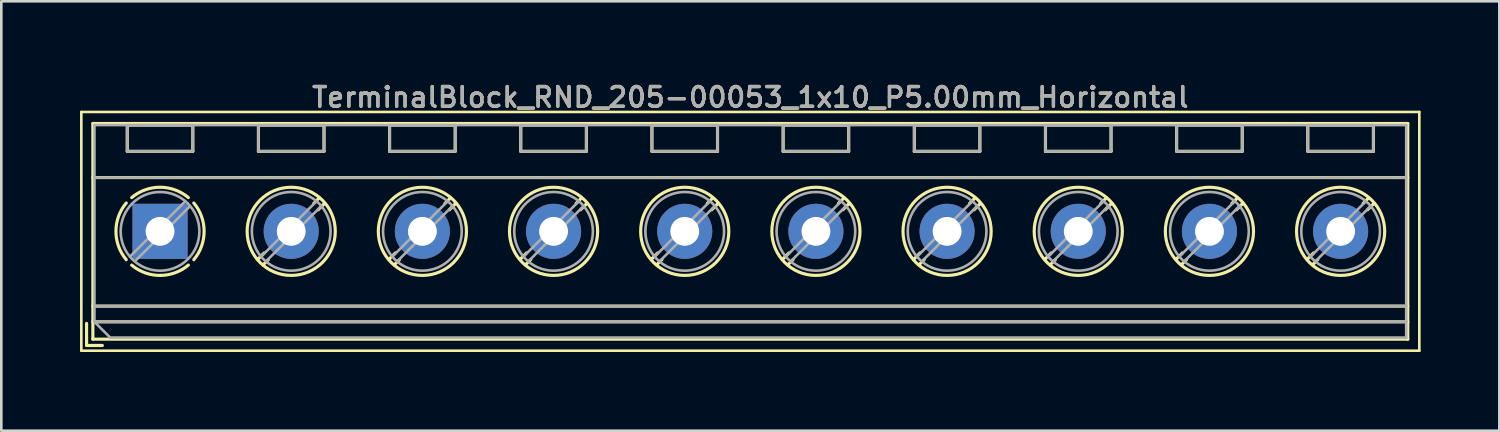
<source format=kicad_pcb>
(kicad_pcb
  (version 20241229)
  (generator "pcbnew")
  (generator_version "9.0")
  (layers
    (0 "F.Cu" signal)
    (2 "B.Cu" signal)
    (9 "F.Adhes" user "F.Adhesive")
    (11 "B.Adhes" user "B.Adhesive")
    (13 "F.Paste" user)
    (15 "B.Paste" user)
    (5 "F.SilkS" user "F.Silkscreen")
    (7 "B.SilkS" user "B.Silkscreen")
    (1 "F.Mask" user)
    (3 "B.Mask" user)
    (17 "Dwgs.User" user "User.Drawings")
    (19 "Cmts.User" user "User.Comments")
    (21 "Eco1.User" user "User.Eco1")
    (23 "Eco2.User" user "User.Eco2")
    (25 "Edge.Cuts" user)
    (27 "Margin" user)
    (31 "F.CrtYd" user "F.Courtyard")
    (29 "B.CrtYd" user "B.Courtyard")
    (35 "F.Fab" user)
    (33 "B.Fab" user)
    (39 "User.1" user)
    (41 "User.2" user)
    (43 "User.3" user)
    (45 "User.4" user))
  (footprint "TerminalBlock_RND_205-00053_1x10_P5.00mm_Horizontal"
    (layer "F.Cu")
    (at 3.05 5.768)
    (property "Reference" "TerminalBlock_RND_205-00053_1x10_P5.00mm_Horizontal" (at 22.5 -5.11 0) (layer "F.SilkS") (effects (font (size 0.75 0.75) (thickness 0.125))))
    (attr through_hole)
    (fp_line (start -3 -4.55) (end -3 4.55) (stroke (width 0.1) (type solid)) (layer "F.SilkS"))
    (fp_line (start -3 4.55) (end 48 4.55) (stroke (width 0.1) (type solid)) (layer "F.SilkS"))
    (fp_line (start -2.8 3.51) (end -2.8 4.35) (stroke (width 0.12) (type solid)) (layer "F.SilkS"))
    (fp_line (start -2.8 4.35) (end -2.2 4.35) (stroke (width 0.12) (type solid)) (layer "F.SilkS"))
    (fp_line (start -2.56 -4.11) (end -2.56 4.11) (stroke (width 0.12) (type solid)) (layer "F.SilkS"))
    (fp_line (start -2.56 -4.11) (end 47.56 -4.11) (stroke (width 0.12) (type solid)) (layer "F.SilkS"))
    (fp_line (start -2.56 -2.05) (end 47.56 -2.05) (stroke (width 0.12) (type solid)) (layer "F.SilkS"))
    (fp_line (start -2.56 2.85) (end 47.56 2.85) (stroke (width 0.12) (type solid)) (layer "F.SilkS"))
    (fp_line (start -2.56 3.45) (end 47.56 3.45) (stroke (width 0.12) (type solid)) (layer "F.SilkS"))
    (fp_line (start -2.56 4.11) (end 47.56 4.11) (stroke (width 0.12) (type solid)) (layer "F.SilkS"))
    (fp_line (start -1.25 -4.05) (end -1.25 -3.05) (stroke (width 0.12) (type solid)) (layer "F.SilkS"))
    (fp_line (start -1.25 -4.05) (end 1.25 -4.05) (stroke (width 0.12) (type solid)) (layer "F.SilkS"))
    (fp_line (start -1.25 -3.05) (end 1.25 -3.05) (stroke (width 0.12) (type solid)) (layer "F.SilkS"))
    (fp_line (start 1.25 -4.05) (end 1.25 -3.05) (stroke (width 0.12) (type solid)) (layer "F.SilkS"))
    (fp_line (start 3.75 -4.05) (end 3.75 -3.05) (stroke (width 0.12) (type solid)) (layer "F.SilkS"))
    (fp_line (start 3.75 -4.05) (end 6.25 -4.05) (stroke (width 0.12) (type solid)) (layer "F.SilkS"))
    (fp_line (start 3.75 -3.05) (end 6.25 -3.05) (stroke (width 0.12) (type solid)) (layer "F.SilkS"))
    (fp_line (start 3.972 0.823) (end 3.726 1.069) (stroke (width 0.12) (type solid)) (layer "F.SilkS"))
    (fp_line (start 4.13 1.075) (end 3.931 1.274) (stroke (width 0.12) (type solid)) (layer "F.SilkS"))
    (fp_line (start 6.07 -1.275) (end 5.859 -1.064) (stroke (width 0.12) (type solid)) (layer "F.SilkS"))
    (fp_line (start 6.25 -4.05) (end 6.25 -3.05) (stroke (width 0.12) (type solid)) (layer "F.SilkS"))
    (fp_line (start 6.275 -1.069) (end 6.029 -0.823) (stroke (width 0.12) (type solid)) (layer "F.SilkS"))
    (fp_line (start 8.75 -4.05) (end 8.75 -3.05) (stroke (width 0.12) (type solid)) (layer "F.SilkS"))
    (fp_line (start 8.75 -4.05) (end 11.25 -4.05) (stroke (width 0.12) (type solid)) (layer "F.SilkS"))
    (fp_line (start 8.75 -3.05) (end 11.25 -3.05) (stroke (width 0.12) (type solid)) (layer "F.SilkS"))
    (fp_line (start 8.972 0.823) (end 8.726 1.069) (stroke (width 0.12) (type solid)) (layer "F.SilkS"))
    (fp_line (start 9.13 1.075) (end 8.931 1.274) (stroke (width 0.12) (type solid)) (layer "F.SilkS"))
    (fp_line (start 11.07 -1.275) (end 10.859 -1.064) (stroke (width 0.12) (type solid)) (layer "F.SilkS"))
    (fp_line (start 11.25 -4.05) (end 11.25 -3.05) (stroke (width 0.12) (type solid)) (layer "F.SilkS"))
    (fp_line (start 11.275 -1.069) (end 11.029 -0.823) (stroke (width 0.12) (type solid)) (layer "F.SilkS"))
    (fp_line (start 13.75 -4.05) (end 13.75 -3.05) (stroke (width 0.12) (type solid)) (layer "F.SilkS"))
    (fp_line (start 13.75 -4.05) (end 16.25 -4.05) (stroke (width 0.12) (type solid)) (layer "F.SilkS"))
    (fp_line (start 13.75 -3.05) (end 16.25 -3.05) (stroke (width 0.12) (type solid)) (layer "F.SilkS"))
    (fp_line (start 13.972 0.823) (end 13.726 1.069) (stroke (width 0.12) (type solid)) (layer "F.SilkS"))
    (fp_line (start 14.13 1.075) (end 13.931 1.274) (stroke (width 0.12) (type solid)) (layer "F.SilkS"))
    (fp_line (start 16.07 -1.275) (end 15.859 -1.064) (stroke (width 0.12) (type solid)) (layer "F.SilkS"))
    (fp_line (start 16.25 -4.05) (end 16.25 -3.05) (stroke (width 0.12) (type solid)) (layer "F.SilkS"))
    (fp_line (start 16.275 -1.069) (end 16.029 -0.823) (stroke (width 0.12) (type solid)) (layer "F.SilkS"))
    (fp_line (start 18.75 -4.05) (end 18.75 -3.05) (stroke (width 0.12) (type solid)) (layer "F.SilkS"))
    (fp_line (start 18.75 -4.05) (end 21.25 -4.05) (stroke (width 0.12) (type solid)) (layer "F.SilkS"))
    (fp_line (start 18.75 -3.05) (end 21.25 -3.05) (stroke (width 0.12) (type solid)) (layer "F.SilkS"))
    (fp_line (start 18.972 0.823) (end 18.726 1.069) (stroke (width 0.12) (type solid)) (layer "F.SilkS"))
    (fp_line (start 19.13 1.075) (end 18.931 1.274) (stroke (width 0.12) (type solid)) (layer "F.SilkS"))
    (fp_line (start 21.07 -1.275) (end 20.859 -1.064) (stroke (width 0.12) (type solid)) (layer "F.SilkS"))
    (fp_line (start 21.25 -4.05) (end 21.25 -3.05) (stroke (width 0.12) (type solid)) (layer "F.SilkS"))
    (fp_line (start 21.275 -1.069) (end 21.029 -0.823) (stroke (width 0.12) (type solid)) (layer "F.SilkS"))
    (fp_line (start 23.75 -4.05) (end 23.75 -3.05) (stroke (width 0.12) (type solid)) (layer "F.SilkS"))
    (fp_line (start 23.75 -4.05) (end 26.25 -4.05) (stroke (width 0.12) (type solid)) (layer "F.SilkS"))
    (fp_line (start 23.75 -3.05) (end 26.25 -3.05) (stroke (width 0.12) (type solid)) (layer "F.SilkS"))
    (fp_line (start 23.972 0.823) (end 23.726 1.069) (stroke (width 0.12) (type solid)) (layer "F.SilkS"))
    (fp_line (start 24.13 1.075) (end 23.931 1.274) (stroke (width 0.12) (type solid)) (layer "F.SilkS"))
    (fp_line (start 26.07 -1.275) (end 25.859 -1.064) (stroke (width 0.12) (type solid)) (layer "F.SilkS"))
    (fp_line (start 26.25 -4.05) (end 26.25 -3.05) (stroke (width 0.12) (type solid)) (layer "F.SilkS"))
    (fp_line (start 26.275 -1.069) (end 26.029 -0.823) (stroke (width 0.12) (type solid)) (layer "F.SilkS"))
    (fp_line (start 28.75 -4.05) (end 28.75 -3.05) (stroke (width 0.12) (type solid)) (layer "F.SilkS"))
    (fp_line (start 28.75 -4.05) (end 31.25 -4.05) (stroke (width 0.12) (type solid)) (layer "F.SilkS"))
    (fp_line (start 28.75 -3.05) (end 31.25 -3.05) (stroke (width 0.12) (type solid)) (layer "F.SilkS"))
    (fp_line (start 28.972 0.823) (end 28.726 1.069) (stroke (width 0.12) (type solid)) (layer "F.SilkS"))
    (fp_line (start 29.13 1.075) (end 28.931 1.274) (stroke (width 0.12) (type solid)) (layer "F.SilkS"))
    (fp_line (start 31.07 -1.275) (end 30.859 -1.064) (stroke (width 0.12) (type solid)) (layer "F.SilkS"))
    (fp_line (start 31.25 -4.05) (end 31.25 -3.05) (stroke (width 0.12) (type solid)) (layer "F.SilkS"))
    (fp_line (start 31.275 -1.069) (end 31.029 -0.823) (stroke (width 0.12) (type solid)) (layer "F.SilkS"))
    (fp_line (start 33.75 -4.05) (end 33.75 -3.05) (stroke (width 0.12) (type solid)) (layer "F.SilkS"))
    (fp_line (start 33.75 -4.05) (end 36.25 -4.05) (stroke (width 0.12) (type solid)) (layer "F.SilkS"))
    (fp_line (start 33.75 -3.05) (end 36.25 -3.05) (stroke (width 0.12) (type solid)) (layer "F.SilkS"))
    (fp_line (start 33.972 0.823) (end 33.726 1.069) (stroke (width 0.12) (type solid)) (layer "F.SilkS"))
    (fp_line (start 34.13 1.075) (end 33.931 1.274) (stroke (width 0.12) (type solid)) (layer "F.SilkS"))
    (fp_line (start 36.07 -1.275) (end 35.859 -1.064) (stroke (width 0.12) (type solid)) (layer "F.SilkS"))
    (fp_line (start 36.25 -4.05) (end 36.25 -3.05) (stroke (width 0.12) (type solid)) (layer "F.SilkS"))
    (fp_line (start 36.275 -1.069) (end 36.029 -0.823) (stroke (width 0.12) (type solid)) (layer "F.SilkS"))
    (fp_line (start 38.75 -4.05) (end 38.75 -3.05) (stroke (width 0.12) (type solid)) (layer "F.SilkS"))
    (fp_line (start 38.75 -4.05) (end 41.25 -4.05) (stroke (width 0.12) (type solid)) (layer "F.SilkS"))
    (fp_line (start 38.75 -3.05) (end 41.25 -3.05) (stroke (width 0.12) (type solid)) (layer "F.SilkS"))
    (fp_line (start 38.972 0.823) (end 38.726 1.069) (stroke (width 0.12) (type solid)) (layer "F.SilkS"))
    (fp_line (start 39.13 1.075) (end 38.931 1.274) (stroke (width 0.12) (type solid)) (layer "F.SilkS"))
    (fp_line (start 41.07 -1.275) (end 40.859 -1.064) (stroke (width 0.12) (type solid)) (layer "F.SilkS"))
    (fp_line (start 41.25 -4.05) (end 41.25 -3.05) (stroke (width 0.12) (type solid)) (layer "F.SilkS"))
    (fp_line (start 41.275 -1.069) (end 41.029 -0.823) (stroke (width 0.12) (type solid)) (layer "F.SilkS"))
    (fp_line (start 43.75 -4.05) (end 43.75 -3.05) (stroke (width 0.12) (type solid)) (layer "F.SilkS"))
    (fp_line (start 43.75 -4.05) (end 46.25 -4.05) (stroke (width 0.12) (type solid)) (layer "F.SilkS"))
    (fp_line (start 43.75 -3.05) (end 46.25 -3.05) (stroke (width 0.12) (type solid)) (layer "F.SilkS"))
    (fp_line (start 43.972 0.823) (end 43.726 1.069) (stroke (width 0.12) (type solid)) (layer "F.SilkS"))
    (fp_line (start 44.13 1.075) (end 43.931 1.274) (stroke (width 0.12) (type solid)) (layer "F.SilkS"))
    (fp_line (start 46.07 -1.275) (end 45.859 -1.064) (stroke (width 0.12) (type solid)) (layer "F.SilkS"))
    (fp_line (start 46.25 -4.05) (end 46.25 -3.05) (stroke (width 0.12) (type solid)) (layer "F.SilkS"))
    (fp_line (start 46.275 -1.069) (end 46.029 -0.823) (stroke (width 0.12) (type solid)) (layer "F.SilkS"))
    (fp_line (start 47.56 -4.11) (end 47.56 4.11) (stroke (width 0.12) (type solid)) (layer "F.SilkS"))
    (fp_line (start 48 -4.55) (end -3 -4.55) (stroke (width 0.1) (type solid)) (layer "F.SilkS"))
    (fp_line (start 48 4.55) (end 48 -4.55) (stroke (width 0.1) (type solid)) (layer "F.SilkS"))
    (fp_arc (start -1.288062 1.079734) (mid -1.680752 -0.000826) (end -1.287 -1.081) (stroke (width 0.12) (type solid)) (layer "F.SilkS"))
    (fp_arc (start -1.079908 -1.287078) (mid 0.00006 -1.68011) (end 1.08 -1.287) (stroke (width 0.12) (type solid)) (layer "F.SilkS"))
    (fp_arc (start 0.028507 1.680511) (mid -0.561826 1.584071) (end -1.081 1.287) (stroke (width 0.12) (type solid)) (layer "F.SilkS"))
    (fp_arc (start 1.079883 1.286955) (mid 0.574594 1.578684) (end 0 1.68) (stroke (width 0.12) (type solid)) (layer "F.SilkS"))
    (fp_arc (start 1.287078 -1.079908) (mid 1.68011 0.00006) (end 1.287 1.08) (stroke (width 0.12) (type solid)) (layer "F.SilkS"))
    (fp_circle (center 5 0) (end 6.68 0) (stroke (width 0.12) (type solid)) (fill no) (layer "F.SilkS"))
    (fp_circle (center 10 0) (end 11.68 0) (stroke (width 0.12) (type solid)) (fill no) (layer "F.SilkS"))
    (fp_circle (center 15 0) (end 16.68 0) (stroke (width 0.12) (type solid)) (fill no) (layer "F.SilkS"))
    (fp_circle (center 20 0) (end 21.68 0) (stroke (width 0.12) (type solid)) (fill no) (layer "F.SilkS"))
    (fp_circle (center 25 0) (end 26.68 0) (stroke (width 0.12) (type solid)) (fill no) (layer "F.SilkS"))
    (fp_circle (center 30 0) (end 31.68 0) (stroke (width 0.12) (type solid)) (fill no) (layer "F.SilkS"))
    (fp_circle (center 35 0) (end 36.68 0) (stroke (width 0.12) (type solid)) (fill no) (layer "F.SilkS"))
    (fp_circle (center 40 0) (end 41.68 0) (stroke (width 0.12) (type solid)) (fill no) (layer "F.SilkS"))
    (fp_circle (center 45 0) (end 46.68 0) (stroke (width 0.12) (type solid)) (fill no) (layer "F.SilkS"))
    (fp_line (start -2.5 -4.05) (end 47.5 -4.05) (stroke (width 0.1) (type solid)) (layer "F.Fab"))
    (fp_line (start -2.5 -2.05) (end 47.5 -2.05) (stroke (width 0.1) (type solid)) (layer "F.Fab"))
    (fp_line (start -2.5 2.85) (end 47.5 2.85) (stroke (width 0.1) (type solid)) (layer "F.Fab"))
    (fp_line (start -2.5 3.45) (end -2.5 -4.05) (stroke (width 0.1) (type solid)) (layer "F.Fab"))
    (fp_line (start -2.5 3.45) (end 47.5 3.45) (stroke (width 0.1) (type solid)) (layer "F.Fab"))
    (fp_line (start -1.9 4.05) (end -2.5 3.45) (stroke (width 0.1) (type solid)) (layer "F.Fab"))
    (fp_line (start -1.25 -4.05) (end -1.25 -3.05) (stroke (width 0.1) (type solid)) (layer "F.Fab"))
    (fp_line (start -1.25 -3.05) (end 1.25 -3.05) (stroke (width 0.1) (type solid)) (layer "F.Fab"))
    (fp_line (start 0.955 -1.138) (end -1.138 0.955) (stroke (width 0.1) (type solid)) (layer "F.Fab"))
    (fp_line (start 1.138 -0.955) (end -0.955 1.138) (stroke (width 0.1) (type solid)) (layer "F.Fab"))
    (fp_line (start 1.25 -4.05) (end -1.25 -4.05) (stroke (width 0.1) (type solid)) (layer "F.Fab"))
    (fp_line (start 1.25 -3.05) (end 1.25 -4.05) (stroke (width 0.1) (type solid)) (layer "F.Fab"))
    (fp_line (start 3.75 -4.05) (end 3.75 -3.05) (stroke (width 0.1) (type solid)) (layer "F.Fab"))
    (fp_line (start 3.75 -3.05) (end 6.25 -3.05) (stroke (width 0.1) (type solid)) (layer "F.Fab"))
    (fp_line (start 5.955 -1.138) (end 3.863 0.955) (stroke (width 0.1) (type solid)) (layer "F.Fab"))
    (fp_line (start 6.138 -0.955) (end 4.046 1.138) (stroke (width 0.1) (type solid)) (layer "F.Fab"))
    (fp_line (start 6.25 -4.05) (end 3.75 -4.05) (stroke (width 0.1) (type solid)) (layer "F.Fab"))
    (fp_line (start 6.25 -3.05) (end 6.25 -4.05) (stroke (width 0.1) (type solid)) (layer "F.Fab"))
    (fp_line (start 8.75 -4.05) (end 8.75 -3.05) (stroke (width 0.1) (type solid)) (layer "F.Fab"))
    (fp_line (start 8.75 -3.05) (end 11.25 -3.05) (stroke (width 0.1) (type solid)) (layer "F.Fab"))
    (fp_line (start 10.955 -1.138) (end 8.863 0.955) (stroke (width 0.1) (type solid)) (layer "F.Fab"))
    (fp_line (start 11.138 -0.955) (end 9.046 1.138) (stroke (width 0.1) (type solid)) (layer "F.Fab"))
    (fp_line (start 11.25 -4.05) (end 8.75 -4.05) (stroke (width 0.1) (type solid)) (layer "F.Fab"))
    (fp_line (start 11.25 -3.05) (end 11.25 -4.05) (stroke (width 0.1) (type solid)) (layer "F.Fab"))
    (fp_line (start 13.75 -4.05) (end 13.75 -3.05) (stroke (width 0.1) (type solid)) (layer "F.Fab"))
    (fp_line (start 13.75 -3.05) (end 16.25 -3.05) (stroke (width 0.1) (type solid)) (layer "F.Fab"))
    (fp_line (start 15.955 -1.138) (end 13.863 0.955) (stroke (width 0.1) (type solid)) (layer "F.Fab"))
    (fp_line (start 16.138 -0.955) (end 14.046 1.138) (stroke (width 0.1) (type solid)) (layer "F.Fab"))
    (fp_line (start 16.25 -4.05) (end 13.75 -4.05) (stroke (width 0.1) (type solid)) (layer "F.Fab"))
    (fp_line (start 16.25 -3.05) (end 16.25 -4.05) (stroke (width 0.1) (type solid)) (layer "F.Fab"))
    (fp_line (start 18.75 -4.05) (end 18.75 -3.05) (stroke (width 0.1) (type solid)) (layer "F.Fab"))
    (fp_line (start 18.75 -3.05) (end 21.25 -3.05) (stroke (width 0.1) (type solid)) (layer "F.Fab"))
    (fp_line (start 20.955 -1.138) (end 18.863 0.955) (stroke (width 0.1) (type solid)) (layer "F.Fab"))
    (fp_line (start 21.138 -0.955) (end 19.046 1.138) (stroke (width 0.1) (type solid)) (layer "F.Fab"))
    (fp_line (start 21.25 -4.05) (end 18.75 -4.05) (stroke (width 0.1) (type solid)) (layer "F.Fab"))
    (fp_line (start 21.25 -3.05) (end 21.25 -4.05) (stroke (width 0.1) (type solid)) (layer "F.Fab"))
    (fp_line (start 23.75 -4.05) (end 23.75 -3.05) (stroke (width 0.1) (type solid)) (layer "F.Fab"))
    (fp_line (start 23.75 -3.05) (end 26.25 -3.05) (stroke (width 0.1) (type solid)) (layer "F.Fab"))
    (fp_line (start 25.955 -1.138) (end 23.863 0.955) (stroke (width 0.1) (type solid)) (layer "F.Fab"))
    (fp_line (start 26.138 -0.955) (end 24.046 1.138) (stroke (width 0.1) (type solid)) (layer "F.Fab"))
    (fp_line (start 26.25 -4.05) (end 23.75 -4.05) (stroke (width 0.1) (type solid)) (layer "F.Fab"))
    (fp_line (start 26.25 -3.05) (end 26.25 -4.05) (stroke (width 0.1) (type solid)) (layer "F.Fab"))
    (fp_line (start 28.75 -4.05) (end 28.75 -3.05) (stroke (width 0.1) (type solid)) (layer "F.Fab"))
    (fp_line (start 28.75 -3.05) (end 31.25 -3.05) (stroke (width 0.1) (type solid)) (layer "F.Fab"))
    (fp_line (start 30.955 -1.138) (end 28.863 0.955) (stroke (width 0.1) (type solid)) (layer "F.Fab"))
    (fp_line (start 31.138 -0.955) (end 29.046 1.138) (stroke (width 0.1) (type solid)) (layer "F.Fab"))
    (fp_line (start 31.25 -4.05) (end 28.75 -4.05) (stroke (width 0.1) (type solid)) (layer "F.Fab"))
    (fp_line (start 31.25 -3.05) (end 31.25 -4.05) (stroke (width 0.1) (type solid)) (layer "F.Fab"))
    (fp_line (start 33.75 -4.05) (end 33.75 -3.05) (stroke (width 0.1) (type solid)) (layer "F.Fab"))
    (fp_line (start 33.75 -3.05) (end 36.25 -3.05) (stroke (width 0.1) (type solid)) (layer "F.Fab"))
    (fp_line (start 35.955 -1.138) (end 33.863 0.955) (stroke (width 0.1) (type solid)) (layer "F.Fab"))
    (fp_line (start 36.138 -0.955) (end 34.046 1.138) (stroke (width 0.1) (type solid)) (layer "F.Fab"))
    (fp_line (start 36.25 -4.05) (end 33.75 -4.05) (stroke (width 0.1) (type solid)) (layer "F.Fab"))
    (fp_line (start 36.25 -3.05) (end 36.25 -4.05) (stroke (width 0.1) (type solid)) (layer "F.Fab"))
    (fp_line (start 38.75 -4.05) (end 38.75 -3.05) (stroke (width 0.1) (type solid)) (layer "F.Fab"))
    (fp_line (start 38.75 -3.05) (end 41.25 -3.05) (stroke (width 0.1) (type solid)) (layer "F.Fab"))
    (fp_line (start 40.955 -1.138) (end 38.863 0.955) (stroke (width 0.1) (type solid)) (layer "F.Fab"))
    (fp_line (start 41.138 -0.955) (end 39.046 1.138) (stroke (width 0.1) (type solid)) (layer "F.Fab"))
    (fp_line (start 41.25 -4.05) (end 38.75 -4.05) (stroke (width 0.1) (type solid)) (layer "F.Fab"))
    (fp_line (start 41.25 -3.05) (end 41.25 -4.05) (stroke (width 0.1) (type solid)) (layer "F.Fab"))
    (fp_line (start 43.75 -4.05) (end 43.75 -3.05) (stroke (width 0.1) (type solid)) (layer "F.Fab"))
    (fp_line (start 43.75 -3.05) (end 46.25 -3.05) (stroke (width 0.1) (type solid)) (layer "F.Fab"))
    (fp_line (start 45.955 -1.138) (end 43.863 0.955) (stroke (width 0.1) (type solid)) (layer "F.Fab"))
    (fp_line (start 46.138 -0.955) (end 44.046 1.138) (stroke (width 0.1) (type solid)) (layer "F.Fab"))
    (fp_line (start 46.25 -4.05) (end 43.75 -4.05) (stroke (width 0.1) (type solid)) (layer "F.Fab"))
    (fp_line (start 46.25 -3.05) (end 46.25 -4.05) (stroke (width 0.1) (type solid)) (layer "F.Fab"))
    (fp_line (start 47.5 -4.05) (end 47.5 4.05) (stroke (width 0.1) (type solid)) (layer "F.Fab"))
    (fp_line (start 47.5 4.05) (end -1.9 4.05) (stroke (width 0.1) (type solid)) (layer "F.Fab"))
    (fp_circle (center 0 0) (end 1.5 0) (stroke (width 0.1) (type solid)) (fill no) (layer "F.Fab"))
    (fp_circle (center 5 0) (end 6.5 0) (stroke (width 0.1) (type solid)) (fill no) (layer "F.Fab"))
    (fp_circle (center 10 0) (end 11.5 0) (stroke (width 0.1) (type solid)) (fill no) (layer "F.Fab"))
    (fp_circle (center 15 0) (end 16.5 0) (stroke (width 0.1) (type solid)) (fill no) (layer "F.Fab"))
    (fp_circle (center 20 0) (end 21.5 0) (stroke (width 0.1) (type solid)) (fill no) (layer "F.Fab"))
    (fp_circle (center 25 0) (end 26.5 0) (stroke (width 0.1) (type solid)) (fill no) (layer "F.Fab"))
    (fp_circle (center 30 0) (end 31.5 0) (stroke (width 0.1) (type solid)) (fill no) (layer "F.Fab"))
    (fp_circle (center 35 0) (end 36.5 0) (stroke (width 0.1) (type solid)) (fill no) (layer "F.Fab"))
    (fp_circle (center 40 0) (end 41.5 0) (stroke (width 0.1) (type solid)) (fill no) (layer "F.Fab"))
    (fp_circle (center 45 0) (end 46.5 0) (stroke (width 0.1) (type solid)) (fill no) (layer "F.Fab"))
    (fp_text user "${REFERENCE}" (at 22.5 -5.11 0) (layer "F.Fab") (effects (font (size 0.75 0.75) (thickness 0.125))))
    (pad "1" thru_hole rect (at 0 0) (size 2.1 2.1) (drill 1.1) (layers "*.Cu" "*.Mask"))
    (pad "2" thru_hole circle (at 5 0) (size 2.1 2.1) (drill 1.1) (layers "*.Cu" "*.Mask"))
    (pad "3" thru_hole circle (at 10 0) (size 2.1 2.1) (drill 1.1) (layers "*.Cu" "*.Mask"))
    (pad "4" thru_hole circle (at 15 0) (size 2.1 2.1) (drill 1.1) (layers "*.Cu" "*.Mask"))
    (pad "5" thru_hole circle (at 20 0) (size 2.1 2.1) (drill 1.1) (layers "*.Cu" "*.Mask"))
    (pad "6" thru_hole circle (at 25 0) (size 2.1 2.1) (drill 1.1) (layers "*.Cu" "*.Mask"))
    (pad "7" thru_hole circle (at 30 0) (size 2.1 2.1) (drill 1.1) (layers "*.Cu" "*.Mask"))
    (pad "8" thru_hole circle (at 35 0) (size 2.1 2.1) (drill 1.1) (layers "*.Cu" "*.Mask"))
    (pad "9" thru_hole circle (at 40 0) (size 2.1 2.1) (drill 1.1) (layers "*.Cu" "*.Mask"))
    (pad "10" thru_hole circle (at 45 0) (size 2.1 2.1) (drill 1.1) (layers "*.Cu" "*.Mask")))
  (gr_rect
    (start -3 -3)
    (end 54.1 13.368)
    (stroke (width 0.1) (type default))
    (fill no)
    (layer "Edge.Cuts")))
</source>
